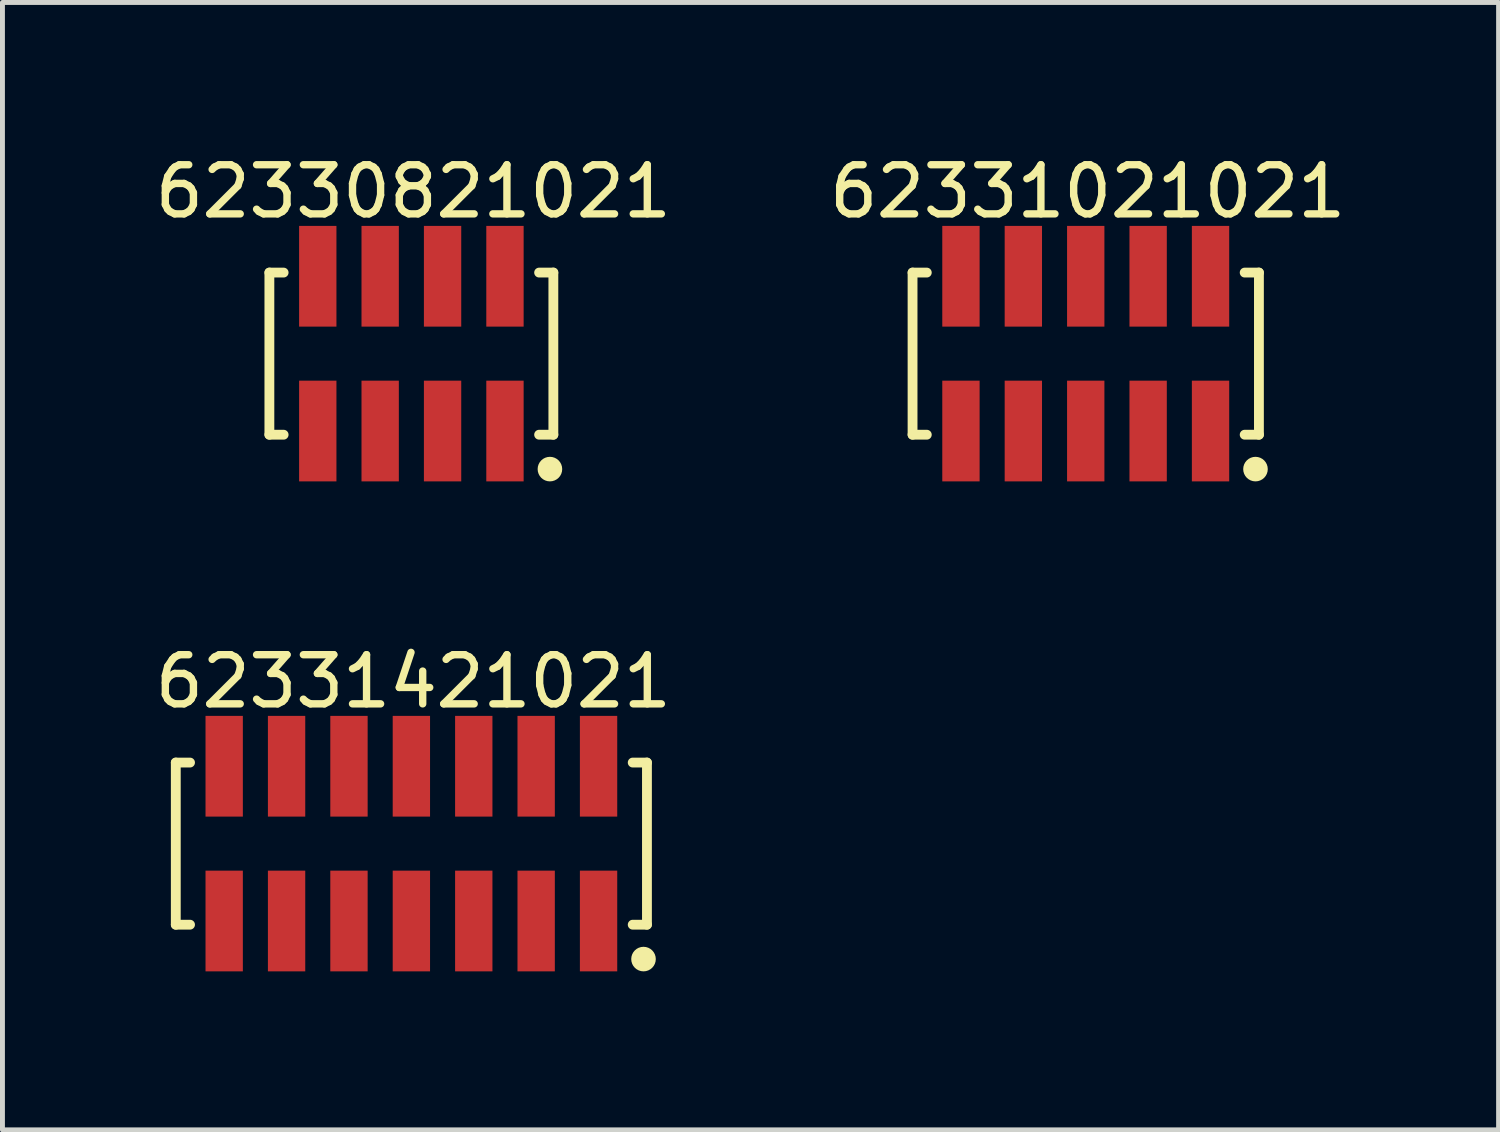
<source format=kicad_pcb>
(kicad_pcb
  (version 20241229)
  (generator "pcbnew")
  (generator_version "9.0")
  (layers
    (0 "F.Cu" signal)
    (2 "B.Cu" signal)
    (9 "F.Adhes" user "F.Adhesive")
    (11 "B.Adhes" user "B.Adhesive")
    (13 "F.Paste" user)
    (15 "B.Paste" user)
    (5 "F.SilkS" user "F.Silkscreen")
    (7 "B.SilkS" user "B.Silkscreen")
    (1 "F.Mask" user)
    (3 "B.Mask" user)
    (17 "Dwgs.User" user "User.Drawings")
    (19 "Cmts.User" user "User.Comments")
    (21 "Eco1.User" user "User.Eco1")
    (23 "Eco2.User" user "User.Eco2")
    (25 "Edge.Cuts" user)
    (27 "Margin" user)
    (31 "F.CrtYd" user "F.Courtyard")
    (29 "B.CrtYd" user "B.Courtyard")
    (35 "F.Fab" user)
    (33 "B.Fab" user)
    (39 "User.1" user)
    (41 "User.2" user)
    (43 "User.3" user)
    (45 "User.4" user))
  (footprint "62330821021"
    (layer "F.Cu")
    (at 5.323 4.148)
    (property "Reference" "62330821021" (at 0.04 -3.3 0) (layer "F.SilkS") (effects (font (size 1 1) (thickness 0.15))))
    (fp_line (start -2.89 -1.65) (end -2.6 -1.65) (stroke (width 0.2) (type solid)) (layer "F.SilkS"))
    (fp_line (start -2.89 1.65) (end -2.89 -1.65) (stroke (width 0.2) (type solid)) (layer "F.SilkS"))
    (fp_line (start -2.89 1.65) (end -2.6 1.65) (stroke (width 0.2) (type solid)) (layer "F.SilkS"))
    (fp_line (start 2.6 -1.65) (end 2.89 -1.65) (stroke (width 0.2) (type solid)) (layer "F.SilkS"))
    (fp_line (start 2.6 1.65) (end 2.89 1.65) (stroke (width 0.2) (type solid)) (layer "F.SilkS"))
    (fp_line (start 2.89 1.65) (end 2.89 -1.65) (stroke (width 0.2) (type solid)) (layer "F.SilkS"))
    (fp_circle (center 2.82 2.35) (end 2.82 2.225) (stroke (width 0.25) (type solid)) (fill no) (layer "F.SilkS"))
    (fp_line (start -3.09 -2.8) (end 3.09 -2.8) (stroke (width 0.05) (type solid)) (layer "Eco2.User"))
    (fp_line (start -3.09 2.8) (end -3.09 -2.8) (stroke (width 0.05) (type solid)) (layer "Eco2.User"))
    (fp_line (start -3.09 2.8) (end 3.09 2.8) (stroke (width 0.05) (type solid)) (layer "Eco2.User"))
    (fp_line (start -2.74 -1.55) (end 2.74 -1.55) (stroke (width 0.1) (type solid)) (layer "Eco2.User"))
    (fp_line (start -2.74 1.55) (end -2.74 -1.55) (stroke (width 0.1) (type solid)) (layer "Eco2.User"))
    (fp_line (start -2.74 1.55) (end 2.74 1.55) (stroke (width 0.1) (type solid)) (layer "Eco2.User"))
    (fp_line (start -2.155 -2.3) (end -1.655 -2.3) (stroke (width 0.1) (type solid)) (layer "Eco2.User"))
    (fp_line (start -2.155 -1.55) (end -2.155 -2.3) (stroke (width 0.1) (type solid)) (layer "Eco2.User"))
    (fp_line (start -2.155 2.3) (end -2.155 1.55) (stroke (width 0.1) (type solid)) (layer "Eco2.User"))
    (fp_line (start -2.155 2.3) (end -1.655 2.3) (stroke (width 0.1) (type solid)) (layer "Eco2.User"))
    (fp_line (start -1.655 -1.55) (end -1.655 -2.3) (stroke (width 0.1) (type solid)) (layer "Eco2.User"))
    (fp_line (start -1.655 2.3) (end -1.655 1.55) (stroke (width 0.1) (type solid)) (layer "Eco2.User"))
    (fp_line (start -0.885 -2.3) (end -0.385 -2.3) (stroke (width 0.1) (type solid)) (layer "Eco2.User"))
    (fp_line (start -0.885 -1.55) (end -0.885 -2.3) (stroke (width 0.1) (type solid)) (layer "Eco2.User"))
    (fp_line (start -0.885 2.3) (end -0.885 1.55) (stroke (width 0.1) (type solid)) (layer "Eco2.User"))
    (fp_line (start -0.885 2.3) (end -0.385 2.3) (stroke (width 0.1) (type solid)) (layer "Eco2.User"))
    (fp_line (start -0.5 0) (end 0.5 0) (stroke (width 0.05) (type solid)) (layer "Eco2.User"))
    (fp_line (start -0.385 -1.55) (end -0.385 -2.3) (stroke (width 0.1) (type solid)) (layer "Eco2.User"))
    (fp_line (start -0.385 2.3) (end -0.385 1.55) (stroke (width 0.1) (type solid)) (layer "Eco2.User"))
    (fp_line (start 0 0.5) (end 0 -0.5) (stroke (width 0.05) (type solid)) (layer "Eco2.User"))
    (fp_line (start 0.385 -2.3) (end 0.885 -2.3) (stroke (width 0.1) (type solid)) (layer "Eco2.User"))
    (fp_line (start 0.385 -1.55) (end 0.385 -2.3) (stroke (width 0.1) (type solid)) (layer "Eco2.User"))
    (fp_line (start 0.385 2.3) (end 0.385 1.55) (stroke (width 0.1) (type solid)) (layer "Eco2.User"))
    (fp_line (start 0.385 2.3) (end 0.885 2.3) (stroke (width 0.1) (type solid)) (layer "Eco2.User"))
    (fp_line (start 0.885 -1.55) (end 0.885 -2.3) (stroke (width 0.1) (type solid)) (layer "Eco2.User"))
    (fp_line (start 0.885 2.3) (end 0.885 1.55) (stroke (width 0.1) (type solid)) (layer "Eco2.User"))
    (fp_line (start 1.655 -2.3) (end 2.155 -2.3) (stroke (width 0.1) (type solid)) (layer "Eco2.User"))
    (fp_line (start 1.655 -1.55) (end 1.655 -2.3) (stroke (width 0.1) (type solid)) (layer "Eco2.User"))
    (fp_line (start 1.655 2.3) (end 1.655 1.55) (stroke (width 0.1) (type solid)) (layer "Eco2.User"))
    (fp_line (start 1.655 2.3) (end 2.155 2.3) (stroke (width 0.1) (type solid)) (layer "Eco2.User"))
    (fp_line (start 2.155 -1.55) (end 2.155 -2.3) (stroke (width 0.1) (type solid)) (layer "Eco2.User"))
    (fp_line (start 2.155 2.3) (end 2.155 1.55) (stroke (width 0.1) (type solid)) (layer "Eco2.User"))
    (fp_line (start 2.74 1.55) (end 2.74 -1.55) (stroke (width 0.1) (type solid)) (layer "Eco2.User"))
    (fp_line (start 3.09 2.8) (end 3.09 -2.8) (stroke (width 0.05) (type solid)) (layer "Eco2.User"))
    (fp_text user "${REFERENCE}" (at 0.1 -0.131 0) (unlocked yes) (layer "User.3") (effects (font (size 1 1) (thickness 0.1))))
    (pad "1" smd rect (at 1.905 1.575 180) (size 0.76 2.05) (layers "F.Cu" "F.Mask" "F.Paste"))
    (pad "2" smd rect (at 1.905 -1.575 180) (size 0.76 2.05) (layers "F.Cu" "F.Mask" "F.Paste"))
    (pad "3" smd rect (at 0.635 1.575 180) (size 0.76 2.05) (layers "F.Cu" "F.Mask" "F.Paste"))
    (pad "4" smd rect (at 0.635 -1.575 180) (size 0.76 2.05) (layers "F.Cu" "F.Mask" "F.Paste"))
    (pad "5" smd rect (at -0.635 1.575 180) (size 0.76 2.05) (layers "F.Cu" "F.Mask" "F.Paste"))
    (pad "6" smd rect (at -0.635 -1.575 180) (size 0.76 2.05) (layers "F.Cu" "F.Mask" "F.Paste"))
    (pad "7" smd rect (at -1.905 1.575 180) (size 0.76 2.05) (layers "F.Cu" "F.Mask" "F.Paste"))
    (pad "8" smd rect (at -1.905 -1.575 180) (size 0.76 2.05) (layers "F.Cu" "F.Mask" "F.Paste")))
  (footprint "62331021021"
    (layer "F.Cu")
    (at 19.049 4.148)
    (property "Reference" "62331021021" (at 0.04 -3.3 0) (layer "F.SilkS") (effects (font (size 1 1) (thickness 0.15))))
    (fp_line (start -3.525 -1.65) (end -3.235 -1.65) (stroke (width 0.2) (type solid)) (layer "F.SilkS"))
    (fp_line (start -3.525 1.65) (end -3.525 -1.65) (stroke (width 0.2) (type solid)) (layer "F.SilkS"))
    (fp_line (start -3.525 1.65) (end -3.235 1.65) (stroke (width 0.2) (type solid)) (layer "F.SilkS"))
    (fp_line (start 3.235 -1.65) (end 3.525 -1.65) (stroke (width 0.2) (type solid)) (layer "F.SilkS"))
    (fp_line (start 3.235 1.65) (end 3.525 1.65) (stroke (width 0.2) (type solid)) (layer "F.SilkS"))
    (fp_line (start 3.525 1.65) (end 3.525 -1.65) (stroke (width 0.2) (type solid)) (layer "F.SilkS"))
    (fp_circle (center 3.455 2.35) (end 3.455 2.225) (stroke (width 0.25) (type solid)) (fill no) (layer "F.SilkS"))
    (fp_line (start -3.725 -2.8) (end 3.725 -2.8) (stroke (width 0.05) (type solid)) (layer "Eco2.User"))
    (fp_line (start -3.725 2.8) (end -3.725 -2.8) (stroke (width 0.05) (type solid)) (layer "Eco2.User"))
    (fp_line (start -3.725 2.8) (end 3.725 2.8) (stroke (width 0.05) (type solid)) (layer "Eco2.User"))
    (fp_line (start -3.375 -1.55) (end 3.375 -1.55) (stroke (width 0.1) (type solid)) (layer "Eco2.User"))
    (fp_line (start -3.375 1.55) (end -3.375 -1.55) (stroke (width 0.1) (type solid)) (layer "Eco2.User"))
    (fp_line (start -3.375 1.55) (end 3.375 1.55) (stroke (width 0.1) (type solid)) (layer "Eco2.User"))
    (fp_line (start -2.79 -2.3) (end -2.29 -2.3) (stroke (width 0.1) (type solid)) (layer "Eco2.User"))
    (fp_line (start -2.79 -1.55) (end -2.79 -2.3) (stroke (width 0.1) (type solid)) (layer "Eco2.User"))
    (fp_line (start -2.79 2.3) (end -2.79 1.55) (stroke (width 0.1) (type solid)) (layer "Eco2.User"))
    (fp_line (start -2.79 2.3) (end -2.29 2.3) (stroke (width 0.1) (type solid)) (layer "Eco2.User"))
    (fp_line (start -2.29 -1.55) (end -2.29 -2.3) (stroke (width 0.1) (type solid)) (layer "Eco2.User"))
    (fp_line (start -2.29 2.3) (end -2.29 1.55) (stroke (width 0.1) (type solid)) (layer "Eco2.User"))
    (fp_line (start -1.52 -2.3) (end -1.02 -2.3) (stroke (width 0.1) (type solid)) (layer "Eco2.User"))
    (fp_line (start -1.52 -1.55) (end -1.52 -2.3) (stroke (width 0.1) (type solid)) (layer "Eco2.User"))
    (fp_line (start -1.52 2.3) (end -1.52 1.55) (stroke (width 0.1) (type solid)) (layer "Eco2.User"))
    (fp_line (start -1.52 2.3) (end -1.02 2.3) (stroke (width 0.1) (type solid)) (layer "Eco2.User"))
    (fp_line (start -1.02 -1.55) (end -1.02 -2.3) (stroke (width 0.1) (type solid)) (layer "Eco2.User"))
    (fp_line (start -1.02 2.3) (end -1.02 1.55) (stroke (width 0.1) (type solid)) (layer "Eco2.User"))
    (fp_line (start -0.5 0) (end 0.5 0) (stroke (width 0.05) (type solid)) (layer "Eco2.User"))
    (fp_line (start -0.25 -2.3) (end 0.25 -2.3) (stroke (width 0.1) (type solid)) (layer "Eco2.User"))
    (fp_line (start -0.25 -1.55) (end -0.25 -2.3) (stroke (width 0.1) (type solid)) (layer "Eco2.User"))
    (fp_line (start -0.25 2.3) (end -0.25 1.55) (stroke (width 0.1) (type solid)) (layer "Eco2.User"))
    (fp_line (start -0.25 2.3) (end 0.25 2.3) (stroke (width 0.1) (type solid)) (layer "Eco2.User"))
    (fp_line (start 0 0.5) (end 0 -0.5) (stroke (width 0.05) (type solid)) (layer "Eco2.User"))
    (fp_line (start 0.25 -1.55) (end 0.25 -2.3) (stroke (width 0.1) (type solid)) (layer "Eco2.User"))
    (fp_line (start 0.25 2.3) (end 0.25 1.55) (stroke (width 0.1) (type solid)) (layer "Eco2.User"))
    (fp_line (start 1.02 -2.3) (end 1.52 -2.3) (stroke (width 0.1) (type solid)) (layer "Eco2.User"))
    (fp_line (start 1.02 -1.55) (end 1.02 -2.3) (stroke (width 0.1) (type solid)) (layer "Eco2.User"))
    (fp_line (start 1.02 2.3) (end 1.02 1.55) (stroke (width 0.1) (type solid)) (layer "Eco2.User"))
    (fp_line (start 1.02 2.3) (end 1.52 2.3) (stroke (width 0.1) (type solid)) (layer "Eco2.User"))
    (fp_line (start 1.52 -1.55) (end 1.52 -2.3) (stroke (width 0.1) (type solid)) (layer "Eco2.User"))
    (fp_line (start 1.52 2.3) (end 1.52 1.55) (stroke (width 0.1) (type solid)) (layer "Eco2.User"))
    (fp_line (start 2.29 -2.3) (end 2.79 -2.3) (stroke (width 0.1) (type solid)) (layer "Eco2.User"))
    (fp_line (start 2.29 -1.55) (end 2.29 -2.3) (stroke (width 0.1) (type solid)) (layer "Eco2.User"))
    (fp_line (start 2.29 2.3) (end 2.29 1.55) (stroke (width 0.1) (type solid)) (layer "Eco2.User"))
    (fp_line (start 2.29 2.3) (end 2.79 2.3) (stroke (width 0.1) (type solid)) (layer "Eco2.User"))
    (fp_line (start 2.79 -1.55) (end 2.79 -2.3) (stroke (width 0.1) (type solid)) (layer "Eco2.User"))
    (fp_line (start 2.79 2.3) (end 2.79 1.55) (stroke (width 0.1) (type solid)) (layer "Eco2.User"))
    (fp_line (start 3.375 1.55) (end 3.375 -1.55) (stroke (width 0.1) (type solid)) (layer "Eco2.User"))
    (fp_line (start 3.725 2.8) (end 3.725 -2.8) (stroke (width 0.05) (type solid)) (layer "Eco2.User"))
    (fp_text user "${REFERENCE}" (at 0.1 -0.131 0) (unlocked yes) (layer "User.3") (effects (font (size 1 1) (thickness 0.1))))
    (pad "1" smd rect (at 2.54 1.575 180) (size 0.76 2.05) (layers "F.Cu" "F.Mask" "F.Paste"))
    (pad "2" smd rect (at 2.54 -1.575 180) (size 0.76 2.05) (layers "F.Cu" "F.Mask" "F.Paste"))
    (pad "3" smd rect (at 1.27 1.575 180) (size 0.76 2.05) (layers "F.Cu" "F.Mask" "F.Paste"))
    (pad "4" smd rect (at 1.27 -1.575 180) (size 0.76 2.05) (layers "F.Cu" "F.Mask" "F.Paste"))
    (pad "5" smd rect (at 0 1.575 180) (size 0.76 2.05) (layers "F.Cu" "F.Mask" "F.Paste"))
    (pad "6" smd rect (at 0 -1.575 180) (size 0.76 2.05) (layers "F.Cu" "F.Mask" "F.Paste"))
    (pad "7" smd rect (at -1.27 1.575 180) (size 0.76 2.05) (layers "F.Cu" "F.Mask" "F.Paste"))
    (pad "8" smd rect (at -1.27 -1.575 180) (size 0.76 2.05) (layers "F.Cu" "F.Mask" "F.Paste"))
    (pad "9" smd rect (at -2.54 1.575 180) (size 0.76 2.05) (layers "F.Cu" "F.Mask" "F.Paste"))
    (pad "10" smd rect (at -2.54 -1.575 180) (size 0.76 2.05) (layers "F.Cu" "F.Mask" "F.Paste")))
  (footprint "62331421021"
    (layer "F.Cu")
    (at 5.323 14.121)
    (property "Reference" "62331421021" (at 0.04 -3.3 0) (layer "F.SilkS") (effects (font (size 1 1) (thickness 0.15))))
    (fp_line (start -4.795 -1.65) (end -4.505 -1.65) (stroke (width 0.2) (type solid)) (layer "F.SilkS"))
    (fp_line (start -4.795 1.65) (end -4.795 -1.65) (stroke (width 0.2) (type solid)) (layer "F.SilkS"))
    (fp_line (start -4.795 1.65) (end -4.505 1.65) (stroke (width 0.2) (type solid)) (layer "F.SilkS"))
    (fp_line (start 4.505 -1.65) (end 4.795 -1.65) (stroke (width 0.2) (type solid)) (layer "F.SilkS"))
    (fp_line (start 4.505 1.65) (end 4.795 1.65) (stroke (width 0.2) (type solid)) (layer "F.SilkS"))
    (fp_line (start 4.795 1.65) (end 4.795 -1.65) (stroke (width 0.2) (type solid)) (layer "F.SilkS"))
    (fp_circle (center 4.725 2.35) (end 4.725 2.225) (stroke (width 0.25) (type solid)) (fill no) (layer "F.SilkS"))
    (fp_line (start -4.995 -2.8) (end 4.995 -2.8) (stroke (width 0.05) (type solid)) (layer "Eco2.User"))
    (fp_line (start -4.995 2.8) (end -4.995 -2.8) (stroke (width 0.05) (type solid)) (layer "Eco2.User"))
    (fp_line (start -4.995 2.8) (end 4.995 2.8) (stroke (width 0.05) (type solid)) (layer "Eco2.User"))
    (fp_line (start -4.645 -1.55) (end 4.645 -1.55) (stroke (width 0.1) (type solid)) (layer "Eco2.User"))
    (fp_line (start -4.645 1.55) (end -4.645 -1.55) (stroke (width 0.1) (type solid)) (layer "Eco2.User"))
    (fp_line (start -4.645 1.55) (end 4.645 1.55) (stroke (width 0.1) (type solid)) (layer "Eco2.User"))
    (fp_line (start -4.06 -2.3) (end -3.56 -2.3) (stroke (width 0.1) (type solid)) (layer "Eco2.User"))
    (fp_line (start -4.06 -1.55) (end -4.06 -2.3) (stroke (width 0.1) (type solid)) (layer "Eco2.User"))
    (fp_line (start -4.06 2.3) (end -4.06 1.55) (stroke (width 0.1) (type solid)) (layer "Eco2.User"))
    (fp_line (start -4.06 2.3) (end -3.56 2.3) (stroke (width 0.1) (type solid)) (layer "Eco2.User"))
    (fp_line (start -3.56 -1.55) (end -3.56 -2.3) (stroke (width 0.1) (type solid)) (layer "Eco2.User"))
    (fp_line (start -3.56 2.3) (end -3.56 1.55) (stroke (width 0.1) (type solid)) (layer "Eco2.User"))
    (fp_line (start -2.79 -2.3) (end -2.29 -2.3) (stroke (width 0.1) (type solid)) (layer "Eco2.User"))
    (fp_line (start -2.79 -1.55) (end -2.79 -2.3) (stroke (width 0.1) (type solid)) (layer "Eco2.User"))
    (fp_line (start -2.79 2.3) (end -2.79 1.55) (stroke (width 0.1) (type solid)) (layer "Eco2.User"))
    (fp_line (start -2.79 2.3) (end -2.29 2.3) (stroke (width 0.1) (type solid)) (layer "Eco2.User"))
    (fp_line (start -2.29 -1.55) (end -2.29 -2.3) (stroke (width 0.1) (type solid)) (layer "Eco2.User"))
    (fp_line (start -2.29 2.3) (end -2.29 1.55) (stroke (width 0.1) (type solid)) (layer "Eco2.User"))
    (fp_line (start -1.52 -2.3) (end -1.02 -2.3) (stroke (width 0.1) (type solid)) (layer "Eco2.User"))
    (fp_line (start -1.52 -1.55) (end -1.52 -2.3) (stroke (width 0.1) (type solid)) (layer "Eco2.User"))
    (fp_line (start -1.52 2.3) (end -1.52 1.55) (stroke (width 0.1) (type solid)) (layer "Eco2.User"))
    (fp_line (start -1.52 2.3) (end -1.02 2.3) (stroke (width 0.1) (type solid)) (layer "Eco2.User"))
    (fp_line (start -1.02 -1.55) (end -1.02 -2.3) (stroke (width 0.1) (type solid)) (layer "Eco2.User"))
    (fp_line (start -1.02 2.3) (end -1.02 1.55) (stroke (width 0.1) (type solid)) (layer "Eco2.User"))
    (fp_line (start -0.5 0) (end 0.5 0) (stroke (width 0.05) (type solid)) (layer "Eco2.User"))
    (fp_line (start -0.25 -2.3) (end 0.25 -2.3) (stroke (width 0.1) (type solid)) (layer "Eco2.User"))
    (fp_line (start -0.25 -1.55) (end -0.25 -2.3) (stroke (width 0.1) (type solid)) (layer "Eco2.User"))
    (fp_line (start -0.25 2.3) (end -0.25 1.55) (stroke (width 0.1) (type solid)) (layer "Eco2.User"))
    (fp_line (start -0.25 2.3) (end 0.25 2.3) (stroke (width 0.1) (type solid)) (layer "Eco2.User"))
    (fp_line (start 0 0.5) (end 0 -0.5) (stroke (width 0.05) (type solid)) (layer "Eco2.User"))
    (fp_line (start 0.25 -1.55) (end 0.25 -2.3) (stroke (width 0.1) (type solid)) (layer "Eco2.User"))
    (fp_line (start 0.25 2.3) (end 0.25 1.55) (stroke (width 0.1) (type solid)) (layer "Eco2.User"))
    (fp_line (start 1.02 -2.3) (end 1.52 -2.3) (stroke (width 0.1) (type solid)) (layer "Eco2.User"))
    (fp_line (start 1.02 -1.55) (end 1.02 -2.3) (stroke (width 0.1) (type solid)) (layer "Eco2.User"))
    (fp_line (start 1.02 2.3) (end 1.02 1.55) (stroke (width 0.1) (type solid)) (layer "Eco2.User"))
    (fp_line (start 1.02 2.3) (end 1.52 2.3) (stroke (width 0.1) (type solid)) (layer "Eco2.User"))
    (fp_line (start 1.52 -1.55) (end 1.52 -2.3) (stroke (width 0.1) (type solid)) (layer "Eco2.User"))
    (fp_line (start 1.52 2.3) (end 1.52 1.55) (stroke (width 0.1) (type solid)) (layer "Eco2.User"))
    (fp_line (start 2.29 -2.3) (end 2.79 -2.3) (stroke (width 0.1) (type solid)) (layer "Eco2.User"))
    (fp_line (start 2.29 -1.55) (end 2.29 -2.3) (stroke (width 0.1) (type solid)) (layer "Eco2.User"))
    (fp_line (start 2.29 2.3) (end 2.29 1.55) (stroke (width 0.1) (type solid)) (layer "Eco2.User"))
    (fp_line (start 2.29 2.3) (end 2.79 2.3) (stroke (width 0.1) (type solid)) (layer "Eco2.User"))
    (fp_line (start 2.79 -1.55) (end 2.79 -2.3) (stroke (width 0.1) (type solid)) (layer "Eco2.User"))
    (fp_line (start 2.79 2.3) (end 2.79 1.55) (stroke (width 0.1) (type solid)) (layer "Eco2.User"))
    (fp_line (start 3.56 -2.3) (end 4.06 -2.3) (stroke (width 0.1) (type solid)) (layer "Eco2.User"))
    (fp_line (start 3.56 -1.55) (end 3.56 -2.3) (stroke (width 0.1) (type solid)) (layer "Eco2.User"))
    (fp_line (start 3.56 2.3) (end 3.56 1.55) (stroke (width 0.1) (type solid)) (layer "Eco2.User"))
    (fp_line (start 3.56 2.3) (end 4.06 2.3) (stroke (width 0.1) (type solid)) (layer "Eco2.User"))
    (fp_line (start 4.06 -1.55) (end 4.06 -2.3) (stroke (width 0.1) (type solid)) (layer "Eco2.User"))
    (fp_line (start 4.06 2.3) (end 4.06 1.55) (stroke (width 0.1) (type solid)) (layer "Eco2.User"))
    (fp_line (start 4.645 1.55) (end 4.645 -1.55) (stroke (width 0.1) (type solid)) (layer "Eco2.User"))
    (fp_line (start 4.995 2.8) (end 4.995 -2.8) (stroke (width 0.05) (type solid)) (layer "Eco2.User"))
    (fp_text user "${REFERENCE}" (at 0.1 -0.131 0) (unlocked yes) (layer "User.3") (effects (font (size 1 1) (thickness 0.1))))
    (pad "1" smd rect (at 3.81 1.575 180) (size 0.76 2.05) (layers "F.Cu" "F.Mask" "F.Paste"))
    (pad "2" smd rect (at 3.81 -1.575 180) (size 0.76 2.05) (layers "F.Cu" "F.Mask" "F.Paste"))
    (pad "3" smd rect (at 2.54 1.575 180) (size 0.76 2.05) (layers "F.Cu" "F.Mask" "F.Paste"))
    (pad "4" smd rect (at 2.54 -1.575 180) (size 0.76 2.05) (layers "F.Cu" "F.Mask" "F.Paste"))
    (pad "5" smd rect (at 1.27 1.575 180) (size 0.76 2.05) (layers "F.Cu" "F.Mask" "F.Paste"))
    (pad "6" smd rect (at 1.27 -1.575 180) (size 0.76 2.05) (layers "F.Cu" "F.Mask" "F.Paste"))
    (pad "7" smd rect (at 0 1.575 180) (size 0.76 2.05) (layers "F.Cu" "F.Mask" "F.Paste"))
    (pad "8" smd rect (at 0 -1.575 180) (size 0.76 2.05) (layers "F.Cu" "F.Mask" "F.Paste"))
    (pad "9" smd rect (at -1.27 1.575 180) (size 0.76 2.05) (layers "F.Cu" "F.Mask" "F.Paste"))
    (pad "10" smd rect (at -1.27 -1.575 180) (size 0.76 2.05) (layers "F.Cu" "F.Mask" "F.Paste"))
    (pad "11" smd rect (at -2.54 1.575 180) (size 0.76 2.05) (layers "F.Cu" "F.Mask" "F.Paste"))
    (pad "12" smd rect (at -2.54 -1.575 180) (size 0.76 2.05) (layers "F.Cu" "F.Mask" "F.Paste"))
    (pad "13" smd rect (at -3.81 1.575 180) (size 0.76 2.05) (layers "F.Cu" "F.Mask" "F.Paste"))
    (pad "14" smd rect (at -3.81 -1.575 180) (size 0.76 2.05) (layers "F.Cu" "F.Mask" "F.Paste")))
  (gr_rect
    (start -3 -3)
    (end 27.452 19.947)
    (stroke (width 0.1) (type default))
    (fill no)
    (layer "Edge.Cuts")))
</source>
